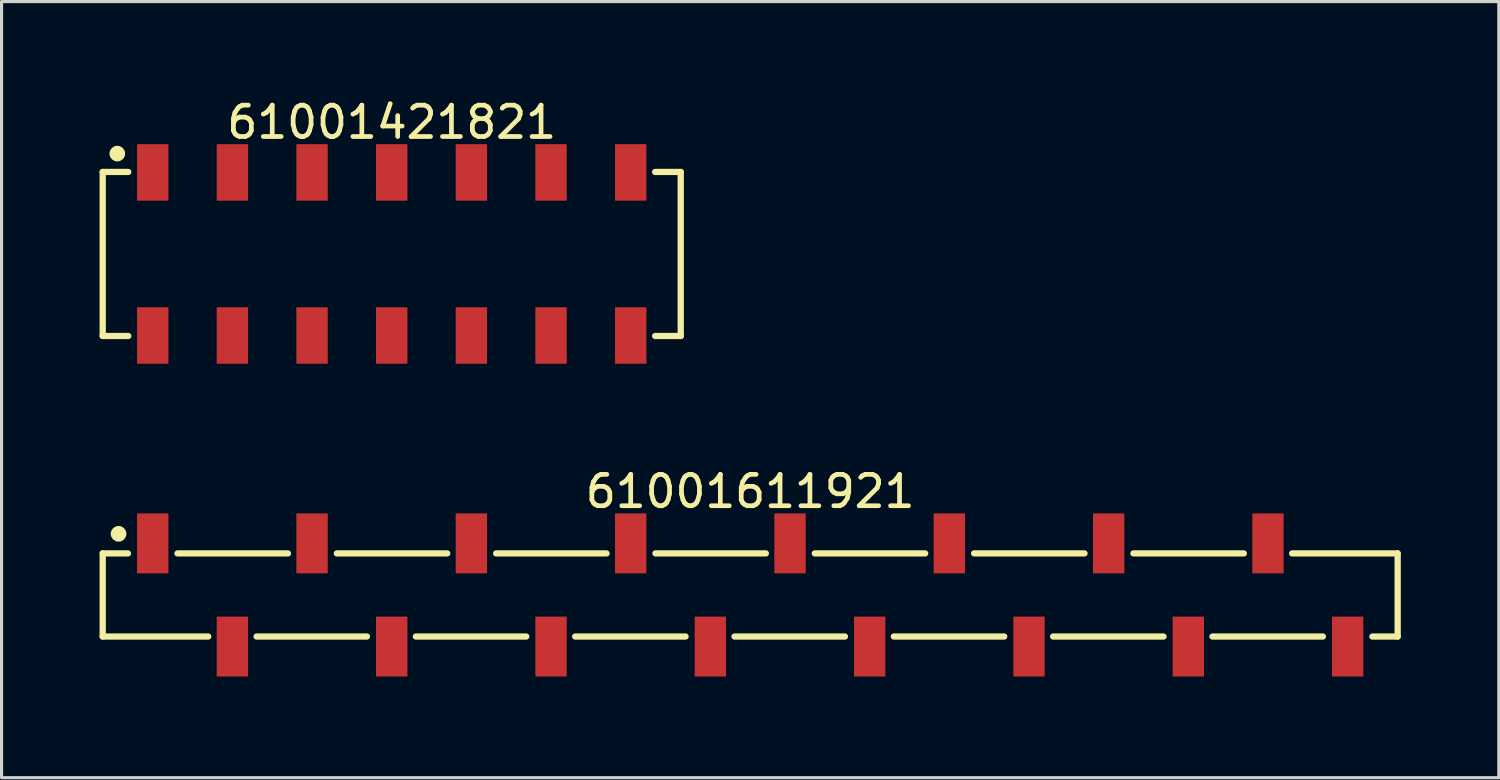
<source format=kicad_pcb>
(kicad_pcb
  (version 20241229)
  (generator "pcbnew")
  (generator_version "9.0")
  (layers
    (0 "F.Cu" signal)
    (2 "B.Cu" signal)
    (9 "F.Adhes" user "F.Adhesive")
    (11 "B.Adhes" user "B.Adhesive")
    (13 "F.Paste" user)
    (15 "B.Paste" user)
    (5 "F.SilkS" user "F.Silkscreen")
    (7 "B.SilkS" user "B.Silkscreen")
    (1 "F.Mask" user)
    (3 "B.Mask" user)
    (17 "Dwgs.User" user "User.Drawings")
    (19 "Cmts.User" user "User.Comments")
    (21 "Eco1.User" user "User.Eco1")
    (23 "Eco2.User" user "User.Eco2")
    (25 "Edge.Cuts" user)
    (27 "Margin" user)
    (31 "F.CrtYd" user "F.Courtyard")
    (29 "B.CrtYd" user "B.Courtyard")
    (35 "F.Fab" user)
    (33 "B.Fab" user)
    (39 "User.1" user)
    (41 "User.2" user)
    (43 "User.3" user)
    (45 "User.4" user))
  (footprint "61001421821"
    (layer "F.Cu")
    (at 9.44 5.048)
    (property "Reference" "61001421821" (at 0 -4.2 0) (layer "F.SilkS") (effects (font (size 1 1) (thickness 0.15))))
    (fp_line (start -9.215 -2.615) (end -8.4 -2.615) (stroke (width 0.2) (type solid)) (layer "F.SilkS"))
    (fp_line (start -9.215 2.615) (end -9.215 -2.615) (stroke (width 0.2) (type solid)) (layer "F.SilkS"))
    (fp_line (start -9.215 2.615) (end -8.4 2.615) (stroke (width 0.2) (type solid)) (layer "F.SilkS"))
    (fp_line (start 8.4 -2.615) (end 9.215 -2.615) (stroke (width 0.2) (type solid)) (layer "F.SilkS"))
    (fp_line (start 8.4 2.615) (end 9.215 2.615) (stroke (width 0.2) (type solid)) (layer "F.SilkS"))
    (fp_line (start 9.215 2.615) (end 9.215 -2.615) (stroke (width 0.2) (type solid)) (layer "F.SilkS"))
    (fp_circle (center -8.75 -3.2) (end -8.75 -3.325) (stroke (width 0.25) (type solid)) (fill no) (layer "F.SilkS"))
    (fp_line (start -9.415 -3.7) (end 9.415 -3.7) (stroke (width 0.05) (type solid)) (layer "Eco2.User"))
    (fp_line (start -9.415 3.7) (end -9.415 -3.7) (stroke (width 0.05) (type solid)) (layer "Eco2.User"))
    (fp_line (start -9.415 3.7) (end 9.415 3.7) (stroke (width 0.05) (type solid)) (layer "Eco2.User"))
    (fp_line (start -9.14 -2.54) (end 9.14 -2.54) (stroke (width 0.1) (type solid)) (layer "Eco2.User"))
    (fp_line (start -9.14 2.54) (end -9.14 -2.54) (stroke (width 0.1) (type solid)) (layer "Eco2.User"))
    (fp_line (start -9.14 2.54) (end 9.14 2.54) (stroke (width 0.1) (type solid)) (layer "Eco2.User"))
    (fp_line (start -7.94 -3.35) (end -7.3 -3.35) (stroke (width 0.1) (type solid)) (layer "Eco2.User"))
    (fp_line (start -7.94 -2.54) (end -7.94 -3.35) (stroke (width 0.1) (type solid)) (layer "Eco2.User"))
    (fp_line (start -7.94 3.35) (end -7.94 2.54) (stroke (width 0.1) (type solid)) (layer "Eco2.User"))
    (fp_line (start -7.94 3.35) (end -7.3 3.35) (stroke (width 0.1) (type solid)) (layer "Eco2.User"))
    (fp_line (start -7.3 -2.54) (end -7.3 -3.35) (stroke (width 0.1) (type solid)) (layer "Eco2.User"))
    (fp_line (start -7.3 3.35) (end -7.3 2.54) (stroke (width 0.1) (type solid)) (layer "Eco2.User"))
    (fp_line (start -5.4 -3.35) (end -4.76 -3.35) (stroke (width 0.1) (type solid)) (layer "Eco2.User"))
    (fp_line (start -5.4 -2.54) (end -5.4 -3.35) (stroke (width 0.1) (type solid)) (layer "Eco2.User"))
    (fp_line (start -5.4 3.35) (end -5.4 2.54) (stroke (width 0.1) (type solid)) (layer "Eco2.User"))
    (fp_line (start -5.4 3.35) (end -4.76 3.35) (stroke (width 0.1) (type solid)) (layer "Eco2.User"))
    (fp_line (start -4.76 -2.54) (end -4.76 -3.35) (stroke (width 0.1) (type solid)) (layer "Eco2.User"))
    (fp_line (start -4.76 3.35) (end -4.76 2.54) (stroke (width 0.1) (type solid)) (layer "Eco2.User"))
    (fp_line (start -2.86 -3.35) (end -2.22 -3.35) (stroke (width 0.1) (type solid)) (layer "Eco2.User"))
    (fp_line (start -2.86 -2.54) (end -2.86 -3.35) (stroke (width 0.1) (type solid)) (layer "Eco2.User"))
    (fp_line (start -2.86 3.35) (end -2.86 2.54) (stroke (width 0.1) (type solid)) (layer "Eco2.User"))
    (fp_line (start -2.86 3.35) (end -2.22 3.35) (stroke (width 0.1) (type solid)) (layer "Eco2.User"))
    (fp_line (start -2.22 -2.54) (end -2.22 -3.35) (stroke (width 0.1) (type solid)) (layer "Eco2.User"))
    (fp_line (start -2.22 3.35) (end -2.22 2.54) (stroke (width 0.1) (type solid)) (layer "Eco2.User"))
    (fp_line (start -0.5 0) (end 0.5 0) (stroke (width 0.05) (type solid)) (layer "Eco2.User"))
    (fp_line (start -0.32 -3.35) (end 0.32 -3.35) (stroke (width 0.1) (type solid)) (layer "Eco2.User"))
    (fp_line (start -0.32 -2.54) (end -0.32 -3.35) (stroke (width 0.1) (type solid)) (layer "Eco2.User"))
    (fp_line (start -0.32 3.35) (end -0.32 2.54) (stroke (width 0.1) (type solid)) (layer "Eco2.User"))
    (fp_line (start -0.32 3.35) (end 0.32 3.35) (stroke (width 0.1) (type solid)) (layer "Eco2.User"))
    (fp_line (start 0 0.5) (end 0 -0.5) (stroke (width 0.05) (type solid)) (layer "Eco2.User"))
    (fp_line (start 0.32 -2.54) (end 0.32 -3.35) (stroke (width 0.1) (type solid)) (layer "Eco2.User"))
    (fp_line (start 0.32 3.35) (end 0.32 2.54) (stroke (width 0.1) (type solid)) (layer "Eco2.User"))
    (fp_line (start 2.22 -3.35) (end 2.86 -3.35) (stroke (width 0.1) (type solid)) (layer "Eco2.User"))
    (fp_line (start 2.22 -2.54) (end 2.22 -3.35) (stroke (width 0.1) (type solid)) (layer "Eco2.User"))
    (fp_line (start 2.22 3.35) (end 2.22 2.54) (stroke (width 0.1) (type solid)) (layer "Eco2.User"))
    (fp_line (start 2.22 3.35) (end 2.86 3.35) (stroke (width 0.1) (type solid)) (layer "Eco2.User"))
    (fp_line (start 2.86 -2.54) (end 2.86 -3.35) (stroke (width 0.1) (type solid)) (layer "Eco2.User"))
    (fp_line (start 2.86 3.35) (end 2.86 2.54) (stroke (width 0.1) (type solid)) (layer "Eco2.User"))
    (fp_line (start 4.76 -3.35) (end 5.4 -3.35) (stroke (width 0.1) (type solid)) (layer "Eco2.User"))
    (fp_line (start 4.76 -2.54) (end 4.76 -3.35) (stroke (width 0.1) (type solid)) (layer "Eco2.User"))
    (fp_line (start 4.76 3.35) (end 4.76 2.54) (stroke (width 0.1) (type solid)) (layer "Eco2.User"))
    (fp_line (start 4.76 3.35) (end 5.4 3.35) (stroke (width 0.1) (type solid)) (layer "Eco2.User"))
    (fp_line (start 5.4 -2.54) (end 5.4 -3.35) (stroke (width 0.1) (type solid)) (layer "Eco2.User"))
    (fp_line (start 5.4 3.35) (end 5.4 2.54) (stroke (width 0.1) (type solid)) (layer "Eco2.User"))
    (fp_line (start 7.3 -3.35) (end 7.94 -3.35) (stroke (width 0.1) (type solid)) (layer "Eco2.User"))
    (fp_line (start 7.3 -2.54) (end 7.3 -3.35) (stroke (width 0.1) (type solid)) (layer "Eco2.User"))
    (fp_line (start 7.3 3.35) (end 7.3 2.54) (stroke (width 0.1) (type solid)) (layer "Eco2.User"))
    (fp_line (start 7.3 3.35) (end 7.94 3.35) (stroke (width 0.1) (type solid)) (layer "Eco2.User"))
    (fp_line (start 7.94 -2.54) (end 7.94 -3.35) (stroke (width 0.1) (type solid)) (layer "Eco2.User"))
    (fp_line (start 7.94 3.35) (end 7.94 2.54) (stroke (width 0.1) (type solid)) (layer "Eco2.User"))
    (fp_line (start 9.14 2.54) (end 9.14 -2.54) (stroke (width 0.1) (type solid)) (layer "Eco2.User"))
    (fp_line (start 9.415 3.7) (end 9.415 -3.7) (stroke (width 0.05) (type solid)) (layer "Eco2.User"))
    (fp_text user "${REFERENCE}" (at 0.15 -0.197 0) (unlocked yes) (layer "User.3") (effects (font (size 1.5 1.5) (thickness 0.15))))
    (pad "1" smd rect (at -7.62 -2.6) (size 1 1.8) (layers "F.Cu" "F.Mask" "F.Paste"))
    (pad "2" smd rect (at -7.62 2.6) (size 1 1.8) (layers "F.Cu" "F.Mask" "F.Paste"))
    (pad "3" smd rect (at -5.08 -2.6) (size 1 1.8) (layers "F.Cu" "F.Mask" "F.Paste"))
    (pad "4" smd rect (at -5.08 2.6) (size 1 1.8) (layers "F.Cu" "F.Mask" "F.Paste"))
    (pad "5" smd rect (at -2.54 -2.6) (size 1 1.8) (layers "F.Cu" "F.Mask" "F.Paste"))
    (pad "6" smd rect (at -2.54 2.6) (size 1 1.8) (layers "F.Cu" "F.Mask" "F.Paste"))
    (pad "7" smd rect (at 0 -2.6) (size 1 1.8) (layers "F.Cu" "F.Mask" "F.Paste"))
    (pad "8" smd rect (at 0 2.6) (size 1 1.8) (layers "F.Cu" "F.Mask" "F.Paste"))
    (pad "9" smd rect (at 2.54 -2.6) (size 1 1.8) (layers "F.Cu" "F.Mask" "F.Paste"))
    (pad "10" smd rect (at 2.54 2.6) (size 1 1.8) (layers "F.Cu" "F.Mask" "F.Paste"))
    (pad "11" smd rect (at 5.08 -2.6) (size 1 1.8) (layers "F.Cu" "F.Mask" "F.Paste"))
    (pad "12" smd rect (at 5.08 2.6) (size 1 1.8) (layers "F.Cu" "F.Mask" "F.Paste"))
    (pad "13" smd rect (at 7.62 -2.6) (size 1 1.8) (layers "F.Cu" "F.Mask" "F.Paste"))
    (pad "14" smd rect (at 7.62 2.6) (size 1 1.8) (layers "F.Cu" "F.Mask" "F.Paste")))
  (footprint "61001611921"
    (layer "F.Cu")
    (at 20.87 15.921)
    (property "Reference" "61001611921" (at 0 -3.3 0) (layer "F.SilkS") (effects (font (size 1 1) (thickness 0.15))))
    (fp_line (start -20.645 -1.325) (end -19.84 -1.325) (stroke (width 0.2) (type solid)) (layer "F.SilkS"))
    (fp_line (start -20.645 1.325) (end -20.645 -1.325) (stroke (width 0.2) (type solid)) (layer "F.SilkS"))
    (fp_line (start -20.645 1.325) (end -17.28 1.325) (stroke (width 0.2) (type solid)) (layer "F.SilkS"))
    (fp_line (start -18.26 -1.325) (end -14.74 -1.325) (stroke (width 0.2) (type solid)) (layer "F.SilkS"))
    (fp_line (start -15.74 1.325) (end -12.22 1.325) (stroke (width 0.2) (type solid)) (layer "F.SilkS"))
    (fp_line (start -13.18 -1.325) (end -9.66 -1.325) (stroke (width 0.2) (type solid)) (layer "F.SilkS"))
    (fp_line (start -10.66 1.325) (end -7.14 1.325) (stroke (width 0.2) (type solid)) (layer "F.SilkS"))
    (fp_line (start -8.1 -1.325) (end -4.58 -1.325) (stroke (width 0.2) (type solid)) (layer "F.SilkS"))
    (fp_line (start -5.58 1.325) (end -2.06 1.325) (stroke (width 0.2) (type solid)) (layer "F.SilkS"))
    (fp_line (start -3.02 -1.325) (end 0.5 -1.325) (stroke (width 0.2) (type solid)) (layer "F.SilkS"))
    (fp_line (start -0.5 1.325) (end 3.02 1.325) (stroke (width 0.2) (type solid)) (layer "F.SilkS"))
    (fp_line (start 2.06 -1.325) (end 5.58 -1.325) (stroke (width 0.2) (type solid)) (layer "F.SilkS"))
    (fp_line (start 4.58 1.325) (end 8.1 1.325) (stroke (width 0.2) (type solid)) (layer "F.SilkS"))
    (fp_line (start 7.14 -1.325) (end 10.66 -1.325) (stroke (width 0.2) (type solid)) (layer "F.SilkS"))
    (fp_line (start 9.66 1.325) (end 13.18 1.325) (stroke (width 0.2) (type solid)) (layer "F.SilkS"))
    (fp_line (start 12.22 -1.325) (end 15.74 -1.325) (stroke (width 0.2) (type solid)) (layer "F.SilkS"))
    (fp_line (start 14.74 1.325) (end 18.26 1.325) (stroke (width 0.2) (type solid)) (layer "F.SilkS"))
    (fp_line (start 17.28 -1.325) (end 20.645 -1.325) (stroke (width 0.2) (type solid)) (layer "F.SilkS"))
    (fp_line (start 19.84 1.325) (end 20.645 1.325) (stroke (width 0.2) (type solid)) (layer "F.SilkS"))
    (fp_line (start 20.645 1.325) (end 20.645 -1.325) (stroke (width 0.2) (type solid)) (layer "F.SilkS"))
    (fp_circle (center -20.14 -1.95) (end -20.14 -2.075) (stroke (width 0.25) (type solid)) (fill no) (layer "F.SilkS"))
    (fp_line (start -20.845 -2.8) (end 20.845 -2.8) (stroke (width 0.05) (type solid)) (layer "Eco2.User"))
    (fp_line (start -20.845 2.8) (end -20.845 -2.8) (stroke (width 0.05) (type solid)) (layer "Eco2.User"))
    (fp_line (start -20.845 2.8) (end 20.845 2.8) (stroke (width 0.05) (type solid)) (layer "Eco2.User"))
    (fp_line (start -20.57 -1.25) (end 20.57 -1.25) (stroke (width 0.1) (type solid)) (layer "Eco2.User"))
    (fp_line (start -20.57 1.25) (end -20.57 -1.25) (stroke (width 0.1) (type solid)) (layer "Eco2.User"))
    (fp_line (start -20.57 1.25) (end 20.57 1.25) (stroke (width 0.1) (type solid)) (layer "Eco2.User"))
    (fp_line (start -19.3 -2.025) (end -18.8 -2.025) (stroke (width 0.1) (type solid)) (layer "Eco2.User"))
    (fp_line (start -19.3 -1.25) (end -19.3 -2.025) (stroke (width 0.1) (type solid)) (layer "Eco2.User"))
    (fp_line (start -18.8 -1.25) (end -18.8 -2.025) (stroke (width 0.1) (type solid)) (layer "Eco2.User"))
    (fp_line (start -16.76 2.025) (end -16.76 1.25) (stroke (width 0.1) (type solid)) (layer "Eco2.User"))
    (fp_line (start -16.76 2.025) (end -16.26 2.025) (stroke (width 0.1) (type solid)) (layer "Eco2.User"))
    (fp_line (start -16.26 2.025) (end -16.26 1.25) (stroke (width 0.1) (type solid)) (layer "Eco2.User"))
    (fp_line (start -14.22 -2.025) (end -13.72 -2.025) (stroke (width 0.1) (type solid)) (layer "Eco2.User"))
    (fp_line (start -14.22 -1.25) (end -14.22 -2.025) (stroke (width 0.1) (type solid)) (layer "Eco2.User"))
    (fp_line (start -13.72 -1.25) (end -13.72 -2.025) (stroke (width 0.1) (type solid)) (layer "Eco2.User"))
    (fp_line (start -11.68 2.025) (end -11.68 1.25) (stroke (width 0.1) (type solid)) (layer "Eco2.User"))
    (fp_line (start -11.68 2.025) (end -11.18 2.025) (stroke (width 0.1) (type solid)) (layer "Eco2.User"))
    (fp_line (start -11.18 2.025) (end -11.18 1.25) (stroke (width 0.1) (type solid)) (layer "Eco2.User"))
    (fp_line (start -9.14 -2.025) (end -8.64 -2.025) (stroke (width 0.1) (type solid)) (layer "Eco2.User"))
    (fp_line (start -9.14 -1.25) (end -9.14 -2.025) (stroke (width 0.1) (type solid)) (layer "Eco2.User"))
    (fp_line (start -8.64 -1.25) (end -8.64 -2.025) (stroke (width 0.1) (type solid)) (layer "Eco2.User"))
    (fp_line (start -6.6 2.025) (end -6.6 1.25) (stroke (width 0.1) (type solid)) (layer "Eco2.User"))
    (fp_line (start -6.6 2.025) (end -6.1 2.025) (stroke (width 0.1) (type solid)) (layer "Eco2.User"))
    (fp_line (start -6.1 2.025) (end -6.1 1.25) (stroke (width 0.1) (type solid)) (layer "Eco2.User"))
    (fp_line (start -4.06 -2.025) (end -3.56 -2.025) (stroke (width 0.1) (type solid)) (layer "Eco2.User"))
    (fp_line (start -4.06 -1.25) (end -4.06 -2.025) (stroke (width 0.1) (type solid)) (layer "Eco2.User"))
    (fp_line (start -3.56 -1.25) (end -3.56 -2.025) (stroke (width 0.1) (type solid)) (layer "Eco2.User"))
    (fp_line (start -1.52 2.025) (end -1.52 1.25) (stroke (width 0.1) (type solid)) (layer "Eco2.User"))
    (fp_line (start -1.52 2.025) (end -1.02 2.025) (stroke (width 0.1) (type solid)) (layer "Eco2.User"))
    (fp_line (start -1.02 2.025) (end -1.02 1.25) (stroke (width 0.1) (type solid)) (layer "Eco2.User"))
    (fp_line (start -0.5 0) (end 0.5 0) (stroke (width 0.05) (type solid)) (layer "Eco2.User"))
    (fp_line (start 0 0.5) (end 0 -0.5) (stroke (width 0.05) (type solid)) (layer "Eco2.User"))
    (fp_line (start 1.02 -2.025) (end 1.52 -2.025) (stroke (width 0.1) (type solid)) (layer "Eco2.User"))
    (fp_line (start 1.02 -1.25) (end 1.02 -2.025) (stroke (width 0.1) (type solid)) (layer "Eco2.User"))
    (fp_line (start 1.52 -1.25) (end 1.52 -2.025) (stroke (width 0.1) (type solid)) (layer "Eco2.User"))
    (fp_line (start 3.56 2.025) (end 3.56 1.25) (stroke (width 0.1) (type solid)) (layer "Eco2.User"))
    (fp_line (start 3.56 2.025) (end 4.06 2.025) (stroke (width 0.1) (type solid)) (layer "Eco2.User"))
    (fp_line (start 4.06 2.025) (end 4.06 1.25) (stroke (width 0.1) (type solid)) (layer "Eco2.User"))
    (fp_line (start 6.1 -2.025) (end 6.6 -2.025) (stroke (width 0.1) (type solid)) (layer "Eco2.User"))
    (fp_line (start 6.1 -1.25) (end 6.1 -2.025) (stroke (width 0.1) (type solid)) (layer "Eco2.User"))
    (fp_line (start 6.6 -1.25) (end 6.6 -2.025) (stroke (width 0.1) (type solid)) (layer "Eco2.User"))
    (fp_line (start 8.64 2.025) (end 8.64 1.25) (stroke (width 0.1) (type solid)) (layer "Eco2.User"))
    (fp_line (start 8.64 2.025) (end 9.14 2.025) (stroke (width 0.1) (type solid)) (layer "Eco2.User"))
    (fp_line (start 9.14 2.025) (end 9.14 1.25) (stroke (width 0.1) (type solid)) (layer "Eco2.User"))
    (fp_line (start 11.18 -2.025) (end 11.68 -2.025) (stroke (width 0.1) (type solid)) (layer "Eco2.User"))
    (fp_line (start 11.18 -1.25) (end 11.18 -2.025) (stroke (width 0.1) (type solid)) (layer "Eco2.User"))
    (fp_line (start 11.68 -1.25) (end 11.68 -2.025) (stroke (width 0.1) (type solid)) (layer "Eco2.User"))
    (fp_line (start 13.72 2.025) (end 13.72 1.25) (stroke (width 0.1) (type solid)) (layer "Eco2.User"))
    (fp_line (start 13.72 2.025) (end 14.22 2.025) (stroke (width 0.1) (type solid)) (layer "Eco2.User"))
    (fp_line (start 14.22 2.025) (end 14.22 1.25) (stroke (width 0.1) (type solid)) (layer "Eco2.User"))
    (fp_line (start 16.26 -2.025) (end 16.76 -2.025) (stroke (width 0.1) (type solid)) (layer "Eco2.User"))
    (fp_line (start 16.26 -1.25) (end 16.26 -2.025) (stroke (width 0.1) (type solid)) (layer "Eco2.User"))
    (fp_line (start 16.76 -1.25) (end 16.76 -2.025) (stroke (width 0.1) (type solid)) (layer "Eco2.User"))
    (fp_line (start 18.8 2.025) (end 18.8 1.25) (stroke (width 0.1) (type solid)) (layer "Eco2.User"))
    (fp_line (start 18.8 2.025) (end 19.3 2.025) (stroke (width 0.1) (type solid)) (layer "Eco2.User"))
    (fp_line (start 19.3 2.025) (end 19.3 1.25) (stroke (width 0.1) (type solid)) (layer "Eco2.User"))
    (fp_line (start 20.57 1.25) (end 20.57 -1.25) (stroke (width 0.1) (type solid)) (layer "Eco2.User"))
    (fp_line (start 20.845 2.8) (end 20.845 -2.8) (stroke (width 0.05) (type solid)) (layer "Eco2.User"))
    (fp_text user "${REFERENCE}" (at 0.15 -0.197 0) (unlocked yes) (layer "User.3") (effects (font (size 1.5 1.5) (thickness 0.15))))
    (pad "1" smd rect (at -19.05 -1.645) (size 1 1.91) (layers "F.Cu" "F.Mask" "F.Paste"))
    (pad "2" smd rect (at -16.51 1.645) (size 1 1.91) (layers "F.Cu" "F.Mask" "F.Paste"))
    (pad "3" smd rect (at -13.97 -1.645) (size 1 1.91) (layers "F.Cu" "F.Mask" "F.Paste"))
    (pad "4" smd rect (at -11.43 1.645) (size 1 1.91) (layers "F.Cu" "F.Mask" "F.Paste"))
    (pad "5" smd rect (at -8.89 -1.645) (size 1 1.91) (layers "F.Cu" "F.Mask" "F.Paste"))
    (pad "6" smd rect (at -6.35 1.645) (size 1 1.91) (layers "F.Cu" "F.Mask" "F.Paste"))
    (pad "7" smd rect (at -3.81 -1.645) (size 1 1.91) (layers "F.Cu" "F.Mask" "F.Paste"))
    (pad "8" smd rect (at -1.27 1.645) (size 1 1.91) (layers "F.Cu" "F.Mask" "F.Paste"))
    (pad "9" smd rect (at 1.27 -1.645) (size 1 1.91) (layers "F.Cu" "F.Mask" "F.Paste"))
    (pad "10" smd rect (at 3.81 1.645) (size 1 1.91) (layers "F.Cu" "F.Mask" "F.Paste"))
    (pad "11" smd rect (at 6.35 -1.645) (size 1 1.91) (layers "F.Cu" "F.Mask" "F.Paste"))
    (pad "12" smd rect (at 8.89 1.645) (size 1 1.91) (layers "F.Cu" "F.Mask" "F.Paste"))
    (pad "13" smd rect (at 11.43 -1.645) (size 1 1.91) (layers "F.Cu" "F.Mask" "F.Paste"))
    (pad "14" smd rect (at 13.97 1.645) (size 1 1.91) (layers "F.Cu" "F.Mask" "F.Paste"))
    (pad "15" smd rect (at 16.51 -1.645) (size 1 1.91) (layers "F.Cu" "F.Mask" "F.Paste"))
    (pad "16" smd rect (at 19.05 1.645) (size 1 1.91) (layers "F.Cu" "F.Mask" "F.Paste")))
  (gr_rect
    (start -3 -3)
    (end 44.74 21.747)
    (stroke (width 0.1) (type default))
    (fill no)
    (layer "Edge.Cuts")))
</source>
